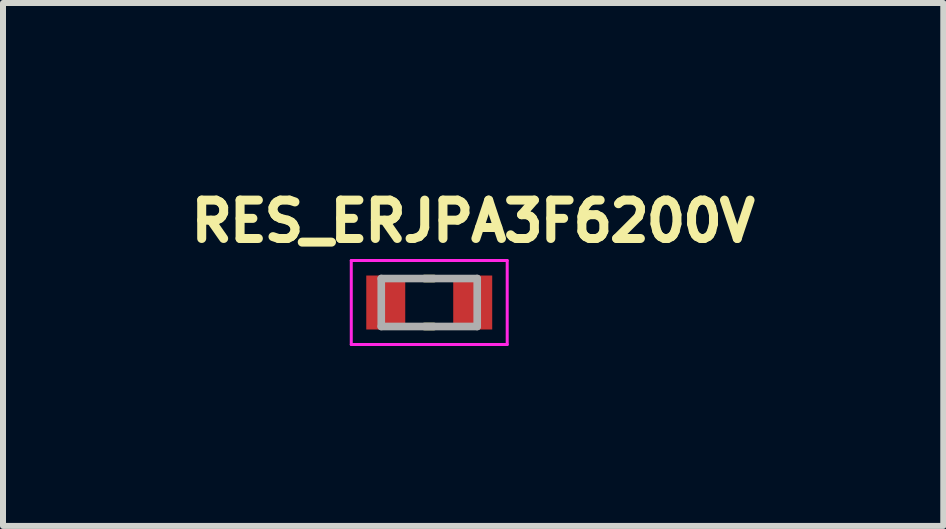
<source format=kicad_pcb>
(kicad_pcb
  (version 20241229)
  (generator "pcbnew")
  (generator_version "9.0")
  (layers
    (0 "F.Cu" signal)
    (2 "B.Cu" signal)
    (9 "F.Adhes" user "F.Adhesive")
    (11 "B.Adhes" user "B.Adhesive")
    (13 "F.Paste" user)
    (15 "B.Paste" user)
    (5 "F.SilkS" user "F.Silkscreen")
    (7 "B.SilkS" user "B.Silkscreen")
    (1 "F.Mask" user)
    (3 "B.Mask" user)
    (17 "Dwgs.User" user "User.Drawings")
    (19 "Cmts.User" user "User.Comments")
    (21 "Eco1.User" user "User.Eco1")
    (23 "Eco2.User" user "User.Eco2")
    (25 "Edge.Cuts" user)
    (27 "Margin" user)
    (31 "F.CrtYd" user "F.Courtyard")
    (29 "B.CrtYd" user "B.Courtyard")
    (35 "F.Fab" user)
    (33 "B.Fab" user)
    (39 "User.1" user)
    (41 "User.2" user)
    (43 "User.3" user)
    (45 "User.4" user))
  (footprint "RES_ERJPA3F6200V"
    (layer "F.Cu")
    (at 4.107 1.994)
    (property "Reference" "RES_ERJPA3F6200V" (at 0.732 -1.356 0) (layer "F.SilkS") (effects (font (size 0.64 0.64) (thickness 0.15))))
    (attr smd)
    (fp_line (start -0.08 -0.4) (end 0.08 -0.4) (stroke (width 0.127) (type solid)) (layer "F.SilkS"))
    (fp_line (start -0.08 0.4) (end 0.08 0.4) (stroke (width 0.127) (type solid)) (layer "F.SilkS"))
    (fp_line (start -1.3 -0.7) (end -1.3 0.7) (stroke (width 0.05) (type solid)) (layer "F.CrtYd"))
    (fp_line (start -1.3 0.7) (end 1.3 0.7) (stroke (width 0.05) (type solid)) (layer "F.CrtYd"))
    (fp_line (start 1.3 -0.7) (end -1.3 -0.7) (stroke (width 0.05) (type solid)) (layer "F.CrtYd"))
    (fp_line (start 1.3 0.7) (end 1.3 -0.7) (stroke (width 0.05) (type solid)) (layer "F.CrtYd"))
    (fp_line (start -0.8 -0.4) (end -0.8 0.4) (stroke (width 0.127) (type solid)) (layer "F.Fab"))
    (fp_line (start -0.8 -0.4) (end 0.8 -0.4) (stroke (width 0.127) (type solid)) (layer "F.Fab"))
    (fp_line (start -0.8 0.4) (end 0.8 0.4) (stroke (width 0.127) (type solid)) (layer "F.Fab"))
    (fp_line (start 0.8 -0.4) (end 0.8 0.4) (stroke (width 0.127) (type solid)) (layer "F.Fab"))
    (pad "1" smd rect (at -0.725 0) (size 0.65 0.9) (layers "F.Cu" "F.Mask" "F.Paste"))
    (pad "2" smd rect (at 0.725 0) (size 0.65 0.9) (layers "F.Cu" "F.Mask" "F.Paste")))
  (gr_rect
    (start -3 -3)
    (end 12.678 5.719)
    (stroke (width 0.1) (type default))
    (fill no)
    (layer "Edge.Cuts")))
</source>
